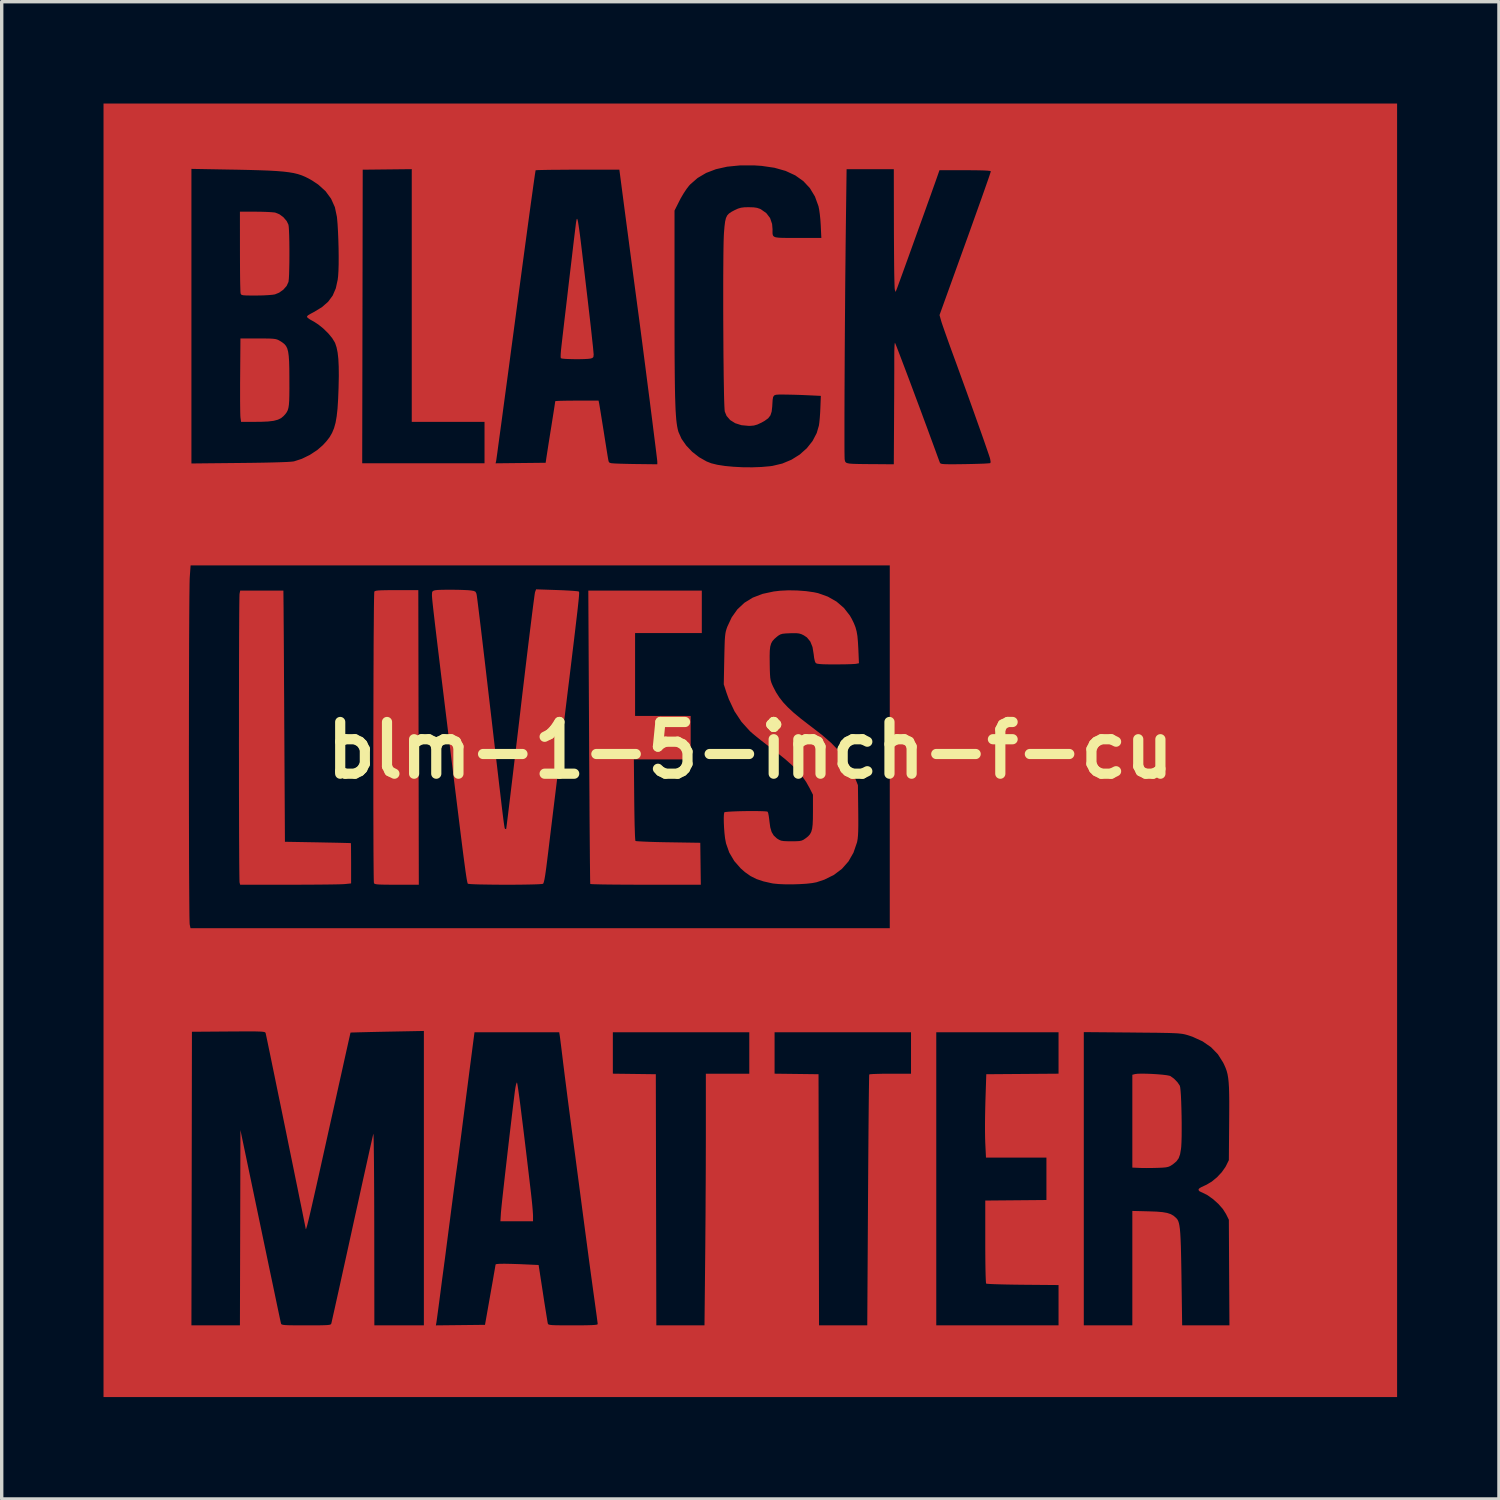
<source format=kicad_pcb>
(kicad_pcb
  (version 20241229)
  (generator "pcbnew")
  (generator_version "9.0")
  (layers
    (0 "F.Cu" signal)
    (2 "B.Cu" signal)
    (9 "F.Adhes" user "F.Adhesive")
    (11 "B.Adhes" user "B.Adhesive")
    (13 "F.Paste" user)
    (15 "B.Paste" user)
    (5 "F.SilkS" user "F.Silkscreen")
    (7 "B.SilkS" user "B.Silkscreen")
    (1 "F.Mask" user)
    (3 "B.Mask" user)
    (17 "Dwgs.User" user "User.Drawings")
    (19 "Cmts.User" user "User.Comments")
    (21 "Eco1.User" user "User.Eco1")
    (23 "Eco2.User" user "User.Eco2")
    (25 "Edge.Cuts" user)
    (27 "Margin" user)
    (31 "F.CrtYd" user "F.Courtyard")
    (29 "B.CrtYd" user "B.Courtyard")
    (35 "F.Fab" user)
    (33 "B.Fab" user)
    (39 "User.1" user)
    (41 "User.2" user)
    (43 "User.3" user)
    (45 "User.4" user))
  (footprint "blm-1-5-inch-f-cu"
    (layer "F.Cu")
    (at 19.057 19.057)
    (property "Reference" "blm-1-5-inch-f-cu" (at 0 0 0) (layer "F.SilkS") (effects (font (size 1.524 1.524) (thickness 0.3))))
    (attr through_hole)
    (fp_poly (pts (xy -6.866 9.82) (xy -6.852 9.903) (xy -6.832 10.038) (xy -6.806 10.226) (xy -6.774 10.468) (xy -6.737 10.765) (xy -6.693 11.117) (xy -6.643 11.525) (xy -6.587 11.99) (xy -6.525 12.513) (xy -6.463 13.038) (xy -6.443 13.22) (xy -6.425 13.394) (xy -6.412 13.546) (xy -6.404 13.663) (xy -6.402 13.715) (xy -6.402 13.876) (xy -7.363 13.876) (xy -7.347 13.616) (xy -7.34 13.543) (xy -7.328 13.419) (xy -7.31 13.248) (xy -7.287 13.039) (xy -7.26 12.797) (xy -7.23 12.53) (xy -7.197 12.244) (xy -7.163 11.946) (xy -7.128 11.643) (xy -7.093 11.341) (xy -7.058 11.047) (xy -7.025 10.768) (xy -6.994 10.51) (xy -6.966 10.281) (xy -6.942 10.087) (xy -6.936 10.041) (xy -6.918 9.923) (xy -6.899 9.836) (xy -6.882 9.791) (xy -6.875 9.789)) (stroke (width 0) (type solid)) (fill yes) (layer "F.Cu"))
    (fp_poly (pts (xy 11.674 9.529) (xy 11.835 9.535) (xy 11.997 9.545) (xy 12.146 9.558) (xy 12.27 9.573) (xy 12.354 9.59) (xy 12.377 9.598) (xy 12.483 9.674) (xy 12.586 9.78) (xy 12.655 9.882) (xy 12.667 9.935) (xy 12.678 10.038) (xy 12.688 10.182) (xy 12.696 10.357) (xy 12.702 10.554) (xy 12.707 10.765) (xy 12.71 10.978) (xy 12.71 11.186) (xy 12.709 11.378) (xy 12.704 11.545) (xy 12.697 11.679) (xy 12.69 11.744) (xy 12.663 11.903) (xy 12.621 12.02) (xy 12.555 12.111) (xy 12.457 12.194) (xy 12.429 12.213) (xy 12.372 12.249) (xy 12.314 12.273) (xy 12.242 12.288) (xy 12.141 12.297) (xy 11.995 12.303) (xy 11.985 12.303) (xy 11.825 12.307) (xy 11.662 12.308) (xy 11.52 12.306) (xy 11.457 12.304) (xy 11.256 12.295) (xy 11.256 9.56) (xy 11.335 9.54) (xy 11.41 9.53) (xy 11.528 9.527)) (stroke (width 0) (type solid)) (fill yes) (layer "F.Cu"))
    (fp_poly (pts (xy -14.312 -12.134) (xy -14.172 -12.132) (xy -14.071 -12.127) (xy -13.998 -12.118) (xy -13.945 -12.105) (xy -13.899 -12.085) (xy -13.862 -12.064) (xy -13.786 -12.016) (xy -13.725 -11.967) (xy -13.678 -11.91) (xy -13.642 -11.837) (xy -13.617 -11.743) (xy -13.6 -11.619) (xy -13.589 -11.459) (xy -13.583 -11.256) (xy -13.581 -11.002) (xy -13.581 -10.904) (xy -13.58 -10.653) (xy -13.582 -10.454) (xy -13.586 -10.298) (xy -13.595 -10.179) (xy -13.609 -10.088) (xy -13.63 -10.018) (xy -13.659 -9.961) (xy -13.697 -9.909) (xy -13.746 -9.855) (xy -13.752 -9.848) (xy -13.825 -9.787) (xy -13.92 -9.741) (xy -14.045 -9.708) (xy -14.208 -9.688) (xy -14.417 -9.679) (xy -14.565 -9.678) (xy -15.004 -9.678) (xy -15.022 -9.804) (xy -15.026 -9.863) (xy -15.029 -9.973) (xy -15.031 -10.128) (xy -15.033 -10.319) (xy -15.033 -10.54) (xy -15.033 -10.782) (xy -15.031 -11.032) (xy -15.023 -12.134) (xy -14.502 -12.134)) (stroke (width 0) (type solid)) (fill yes) (layer "F.Cu"))
    (fp_poly (pts (xy -14.583 -15.87) (xy -14.413 -15.868) (xy -14.254 -15.863) (xy -14.119 -15.856) (xy -14.024 -15.847) (xy -14 -15.844) (xy -13.875 -15.794) (xy -13.755 -15.705) (xy -13.659 -15.592) (xy -13.608 -15.485) (xy -13.599 -15.422) (xy -13.592 -15.31) (xy -13.586 -15.159) (xy -13.582 -14.979) (xy -13.58 -14.783) (xy -13.58 -14.578) (xy -13.581 -14.378) (xy -13.585 -14.19) (xy -13.589 -14.027) (xy -13.596 -13.898) (xy -13.605 -13.815) (xy -13.607 -13.802) (xy -13.661 -13.683) (xy -13.759 -13.572) (xy -13.884 -13.483) (xy -14.008 -13.433) (xy -14.087 -13.421) (xy -14.21 -13.411) (xy -14.361 -13.403) (xy -14.527 -13.4) (xy -14.571 -13.4) (xy -14.739 -13.4) (xy -14.857 -13.402) (xy -14.934 -13.407) (xy -14.979 -13.416) (xy -15.004 -13.432) (xy -15.015 -13.454) (xy -15.019 -13.467) (xy -15.023 -13.511) (xy -15.026 -13.607) (xy -15.03 -13.75) (xy -15.033 -13.931) (xy -15.035 -14.145) (xy -15.036 -14.384) (xy -15.037 -14.641) (xy -15.037 -14.703) (xy -15.038 -15.871)) (stroke (width 0) (type solid)) (fill yes) (layer "F.Cu"))
    (fp_poly (pts (xy -9.767 3.96) (xy -10.419 3.96) (xy -10.635 3.96) (xy -10.799 3.958) (xy -10.918 3.955) (xy -10.999 3.949) (xy -11.05 3.94) (xy -11.077 3.928) (xy -11.089 3.913) (xy -11.092 3.876) (xy -11.095 3.783) (xy -11.097 3.64) (xy -11.099 3.449) (xy -11.101 3.215) (xy -11.103 2.943) (xy -11.104 2.635) (xy -11.105 2.297) (xy -11.106 1.932) (xy -11.107 1.545) (xy -11.107 1.139) (xy -11.107 0.718) (xy -11.107 0.288) (xy -11.107 -0.149) (xy -11.106 -0.588) (xy -11.105 -1.026) (xy -11.104 -1.457) (xy -11.103 -1.878) (xy -11.102 -2.285) (xy -11.1 -2.673) (xy -11.099 -3.039) (xy -11.097 -3.379) (xy -11.094 -3.688) (xy -11.092 -3.963) (xy -11.09 -4.199) (xy -11.087 -4.392) (xy -11.084 -4.538) (xy -11.081 -4.634) (xy -11.078 -4.674) (xy -11.078 -4.675) (xy -11.06 -4.69) (xy -11.023 -4.702) (xy -10.959 -4.71) (xy -10.862 -4.715) (xy -10.724 -4.718) (xy -10.538 -4.72) (xy -10.416 -4.72) (xy -9.782 -4.72)) (stroke (width 0) (type solid)) (fill yes) (layer "F.Cu"))
    (fp_poly (pts (xy -1.429 -3.454) (xy -3.395 -3.454) (xy -3.395 -1.012) (xy -1.757 -1.012) (xy -1.757 0.268) (xy -3.431 0.268) (xy -3.42 1.457) (xy -3.417 1.717) (xy -3.413 1.96) (xy -3.409 2.177) (xy -3.403 2.362) (xy -3.398 2.51) (xy -3.392 2.613) (xy -3.386 2.665) (xy -3.385 2.67) (xy -3.35 2.677) (xy -3.263 2.683) (xy -3.131 2.69) (xy -2.961 2.697) (xy -2.762 2.703) (xy -2.539 2.708) (xy -2.417 2.71) (xy -1.474 2.725) (xy -1.466 3.342) (xy -1.458 3.96) (xy -3.08 3.96) (xy -3.385 3.96) (xy -3.671 3.959) (xy -3.935 3.957) (xy -4.169 3.955) (xy -4.368 3.952) (xy -4.527 3.948) (xy -4.641 3.945) (xy -4.704 3.94) (xy -4.715 3.938) (xy -4.717 3.906) (xy -4.719 3.818) (xy -4.721 3.677) (xy -4.723 3.487) (xy -4.726 3.25) (xy -4.728 2.97) (xy -4.731 2.651) (xy -4.734 2.296) (xy -4.737 1.908) (xy -4.739 1.49) (xy -4.742 1.046) (xy -4.745 0.579) (xy -4.748 0.093) (xy -4.75 -0.395) (xy -4.773 -4.705) (xy -1.429 -4.705)) (stroke (width 0) (type solid)) (fill yes) (layer "F.Cu"))
    (fp_poly (pts (xy -5.095 -15.645) (xy -5.084 -15.608) (xy -5.072 -15.544) (xy -5.057 -15.451) (xy -5.039 -15.326) (xy -5.017 -15.165) (xy -4.992 -14.965) (xy -4.963 -14.724) (xy -4.929 -14.438) (xy -4.889 -14.104) (xy -4.844 -13.718) (xy -4.792 -13.278) (xy -4.764 -13.034) (xy -4.732 -12.761) (xy -4.703 -12.504) (xy -4.677 -12.269) (xy -4.655 -12.062) (xy -4.636 -11.891) (xy -4.624 -11.762) (xy -4.617 -11.682) (xy -4.615 -11.66) (xy -4.623 -11.59) (xy -4.657 -11.557) (xy -4.709 -11.542) (xy -4.786 -11.533) (xy -4.898 -11.527) (xy -5.033 -11.524) (xy -5.176 -11.524) (xy -5.315 -11.527) (xy -5.437 -11.532) (xy -5.53 -11.54) (xy -5.579 -11.551) (xy -5.583 -11.554) (xy -5.588 -11.595) (xy -5.586 -11.68) (xy -5.577 -11.795) (xy -5.57 -11.859) (xy -5.539 -12.132) (xy -5.505 -12.425) (xy -5.469 -12.734) (xy -5.431 -13.053) (xy -5.393 -13.376) (xy -5.356 -13.696) (xy -5.319 -14.01) (xy -5.283 -14.31) (xy -5.25 -14.59) (xy -5.22 -14.846) (xy -5.193 -15.072) (xy -5.17 -15.261) (xy -5.152 -15.408) (xy -5.14 -15.508) (xy -5.134 -15.553) (xy -5.126 -15.598) (xy -5.119 -15.634) (xy -5.112 -15.655) (xy -5.104 -15.66)) (stroke (width 0) (type solid)) (fill yes) (layer "F.Cu"))
    (fp_poly (pts (xy -13.753 -4.31) (xy -13.752 -4.227) (xy -13.751 -4.089) (xy -13.75 -3.9) (xy -13.748 -3.665) (xy -13.746 -3.388) (xy -13.744 -3.074) (xy -13.742 -2.726) (xy -13.74 -2.35) (xy -13.738 -1.949) (xy -13.735 -1.529) (xy -13.733 -1.093) (xy -13.731 -0.646) (xy -13.73 -0.61) (xy -13.712 2.695) (xy -12.745 2.712) (xy -12.511 2.717) (xy -12.297 2.721) (xy -12.11 2.725) (xy -11.957 2.729) (xy -11.845 2.732) (xy -11.782 2.734) (xy -11.769 2.735) (xy -11.767 2.764) (xy -11.765 2.845) (xy -11.764 2.967) (xy -11.763 3.121) (xy -11.762 3.298) (xy -11.762 3.331) (xy -11.762 3.922) (xy -11.945 3.941) (xy -12.011 3.945) (xy -12.131 3.949) (xy -12.296 3.952) (xy -12.501 3.955) (xy -12.738 3.957) (xy -13.002 3.959) (xy -13.285 3.96) (xy -13.579 3.96) (xy -15.031 3.96) (xy -15.049 3.893) (xy -15.051 3.855) (xy -15.053 3.761) (xy -15.055 3.616) (xy -15.057 3.424) (xy -15.059 3.189) (xy -15.06 2.914) (xy -15.062 2.606) (xy -15.063 2.266) (xy -15.064 1.9) (xy -15.065 1.512) (xy -15.066 1.105) (xy -15.066 0.685) (xy -15.066 0.254) (xy -15.067 -0.182) (xy -15.066 -0.62) (xy -15.066 -1.056) (xy -15.066 -1.485) (xy -15.065 -1.903) (xy -15.065 -2.307) (xy -15.064 -2.691) (xy -15.063 -3.052) (xy -15.062 -3.386) (xy -15.06 -3.689) (xy -15.059 -3.956) (xy -15.057 -4.183) (xy -15.055 -4.367) (xy -15.053 -4.502) (xy -15.051 -4.586) (xy -15.049 -4.612) (xy -15.03 -4.705) (xy -13.757 -4.705)) (stroke (width 0) (type solid)) (fill yes) (layer "F.Cu"))
    (fp_poly (pts (xy -5.694 -4.722) (xy -5.508 -4.715) (xy -5.342 -4.706) (xy -5.206 -4.697) (xy -5.108 -4.688) (xy -5.058 -4.68) (xy -5.054 -4.678) (xy -5.05 -4.673) (xy -5.046 -4.665) (xy -5.044 -4.651) (xy -5.043 -4.629) (xy -5.045 -4.594) (xy -5.048 -4.544) (xy -5.054 -4.476) (xy -5.063 -4.387) (xy -5.075 -4.274) (xy -5.09 -4.134) (xy -5.11 -3.965) (xy -5.134 -3.762) (xy -5.162 -3.523) (xy -5.195 -3.246) (xy -5.234 -2.926) (xy -5.278 -2.561) (xy -5.328 -2.149) (xy -5.385 -1.685) (xy -5.448 -1.168) (xy -5.497 -0.759) (xy -5.552 -0.306) (xy -5.607 0.141) (xy -5.66 0.578) (xy -5.711 0.998) (xy -5.76 1.399) (xy -5.806 1.774) (xy -5.848 2.12) (xy -5.886 2.43) (xy -5.919 2.701) (xy -5.946 2.927) (xy -5.968 3.104) (xy -5.983 3.226) (xy -5.983 3.226) (xy -6.014 3.472) (xy -6.041 3.662) (xy -6.064 3.799) (xy -6.085 3.887) (xy -6.103 3.93) (xy -6.107 3.933) (xy -6.148 3.94) (xy -6.238 3.946) (xy -6.372 3.951) (xy -6.539 3.955) (xy -6.732 3.958) (xy -6.944 3.96) (xy -7.165 3.96) (xy -7.388 3.96) (xy -7.605 3.958) (xy -7.807 3.955) (xy -7.987 3.952) (xy -8.137 3.947) (xy -8.247 3.941) (xy -8.311 3.934) (xy -8.323 3.93) (xy -8.33 3.913) (xy -8.338 3.883) (xy -8.348 3.836) (xy -8.36 3.768) (xy -8.374 3.677) (xy -8.391 3.561) (xy -8.411 3.414) (xy -8.435 3.236) (xy -8.463 3.022) (xy -8.495 2.769) (xy -8.532 2.475) (xy -8.574 2.137) (xy -8.622 1.75) (xy -8.676 1.313) (xy -8.737 0.822) (xy -8.785 0.432) (xy -8.863 -0.207) (xy -8.934 -0.788) (xy -8.999 -1.316) (xy -9.057 -1.793) (xy -9.11 -2.221) (xy -9.156 -2.603) (xy -9.197 -2.942) (xy -9.233 -3.24) (xy -9.264 -3.5) (xy -9.291 -3.725) (xy -9.313 -3.916) (xy -9.332 -4.078) (xy -9.347 -4.212) (xy -9.359 -4.321) (xy -9.368 -4.407) (xy -9.374 -4.474) (xy -9.378 -4.524) (xy -9.38 -4.559) (xy -9.38 -4.575) (xy -9.376 -4.654) (xy -9.355 -4.693) (xy -9.304 -4.712) (xy -9.287 -4.716) (xy -9.214 -4.724) (xy -9.096 -4.729) (xy -8.947 -4.731) (xy -8.781 -4.731) (xy -8.611 -4.729) (xy -8.453 -4.724) (xy -8.321 -4.718) (xy -8.234 -4.71) (xy -8.146 -4.695) (xy -8.098 -4.672) (xy -8.074 -4.628) (xy -8.063 -4.586) (xy -8.056 -4.54) (xy -8.043 -4.441) (xy -8.024 -4.291) (xy -8 -4.096) (xy -7.971 -3.86) (xy -7.938 -3.589) (xy -7.902 -3.286) (xy -7.863 -2.956) (xy -7.821 -2.604) (xy -7.778 -2.234) (xy -7.757 -2.055) (xy -7.688 -1.463) (xy -7.625 -0.927) (xy -7.569 -0.445) (xy -7.519 -0.014) (xy -7.474 0.369) (xy -7.434 0.708) (xy -7.4 1.004) (xy -7.369 1.261) (xy -7.343 1.482) (xy -7.321 1.669) (xy -7.302 1.825) (xy -7.286 1.953) (xy -7.273 2.056) (xy -7.262 2.137) (xy -7.253 2.198) (xy -7.246 2.242) (xy -7.241 2.273) (xy -7.236 2.293) (xy -7.232 2.304) (xy -7.228 2.31) (xy -7.225 2.314) (xy -7.223 2.316) (xy -7.195 2.321) (xy -7.194 2.32) (xy -7.189 2.29) (xy -7.177 2.203) (xy -7.16 2.066) (xy -7.137 1.88) (xy -7.109 1.649) (xy -7.076 1.378) (xy -7.039 1.07) (xy -6.998 0.729) (xy -6.954 0.358) (xy -6.907 -0.039) (xy -6.857 -0.459) (xy -6.805 -0.897) (xy -6.777 -1.136) (xy -6.725 -1.584) (xy -6.673 -2.016) (xy -6.624 -2.429) (xy -6.577 -2.819) (xy -6.533 -3.182) (xy -6.492 -3.514) (xy -6.455 -3.812) (xy -6.423 -4.071) (xy -6.395 -4.288) (xy -6.372 -4.459) (xy -6.356 -4.581) (xy -6.345 -4.649) (xy -6.342 -4.662) (xy -6.311 -4.743)) (stroke (width 0) (type solid)) (fill yes) (layer "F.Cu"))
    (fp_poly (pts (xy 1.385 -4.709) (xy 1.641 -4.69) (xy 1.873 -4.657) (xy 1.998 -4.63) (xy 2.284 -4.528) (xy 2.54 -4.382) (xy 2.758 -4.195) (xy 2.932 -3.972) (xy 2.987 -3.877) (xy 3.051 -3.747) (xy 3.099 -3.627) (xy 3.132 -3.505) (xy 3.156 -3.366) (xy 3.171 -3.194) (xy 3.183 -2.987) (xy 3.201 -2.565) (xy 3.115 -2.548) (xy 3.058 -2.543) (xy 2.953 -2.538) (xy 2.812 -2.534) (xy 2.645 -2.532) (xy 2.5 -2.531) (xy 2.299 -2.532) (xy 2.15 -2.535) (xy 2.046 -2.542) (xy 1.977 -2.551) (xy 1.938 -2.565) (xy 1.927 -2.573) (xy 1.902 -2.625) (xy 1.881 -2.72) (xy 1.867 -2.832) (xy 1.833 -3.042) (xy 1.768 -3.204) (xy 1.669 -3.325) (xy 1.577 -3.387) (xy 1.505 -3.422) (xy 1.437 -3.442) (xy 1.353 -3.451) (xy 1.237 -3.451) (xy 1.171 -3.449) (xy 1.039 -3.443) (xy 0.949 -3.433) (xy 0.886 -3.414) (xy 0.832 -3.383) (xy 0.787 -3.349) (xy 0.71 -3.282) (xy 0.652 -3.217) (xy 0.613 -3.145) (xy 0.587 -3.054) (xy 0.574 -2.935) (xy 0.57 -2.778) (xy 0.572 -2.572) (xy 0.572 -2.561) (xy 0.575 -2.378) (xy 0.58 -2.243) (xy 0.587 -2.144) (xy 0.599 -2.067) (xy 0.618 -2.002) (xy 0.644 -1.937) (xy 0.676 -1.868) (xy 0.759 -1.708) (xy 0.855 -1.559) (xy 0.968 -1.414) (xy 1.106 -1.267) (xy 1.274 -1.111) (xy 1.48 -0.94) (xy 1.728 -0.748) (xy 1.831 -0.67) (xy 2.13 -0.438) (xy 2.381 -0.219) (xy 2.589 -0.005) (xy 2.762 0.21) (xy 2.906 0.435) (xy 3.028 0.678) (xy 3.075 0.789) (xy 3.171 1.027) (xy 3.18 1.78) (xy 3.182 2.03) (xy 3.182 2.229) (xy 3.179 2.385) (xy 3.173 2.506) (xy 3.164 2.602) (xy 3.151 2.68) (xy 3.142 2.718) (xy 3.04 3.015) (xy 2.893 3.273) (xy 2.7 3.492) (xy 2.464 3.671) (xy 2.182 3.811) (xy 1.95 3.888) (xy 1.824 3.912) (xy 1.653 3.931) (xy 1.454 3.943) (xy 1.242 3.95) (xy 1.032 3.949) (xy 0.841 3.941) (xy 0.684 3.926) (xy 0.636 3.918) (xy 0.388 3.862) (xy 0.184 3.794) (xy 0.007 3.705) (xy -0.158 3.589) (xy -0.282 3.48) (xy -0.473 3.262) (xy -0.62 3.013) (xy -0.715 2.743) (xy -0.744 2.591) (xy -0.761 2.442) (xy -0.773 2.286) (xy -0.78 2.135) (xy -0.782 2.001) (xy -0.778 1.898) (xy -0.769 1.836) (xy -0.764 1.826) (xy -0.726 1.817) (xy -0.64 1.809) (xy -0.516 1.802) (xy -0.365 1.796) (xy -0.199 1.792) (xy -0.028 1.79) (xy 0.136 1.79) (xy 0.283 1.792) (xy 0.402 1.796) (xy 0.482 1.802) (xy 0.511 1.81) (xy 0.527 1.851) (xy 0.544 1.936) (xy 0.559 2.049) (xy 0.563 2.088) (xy 0.588 2.27) (xy 0.628 2.407) (xy 0.689 2.509) (xy 0.777 2.591) (xy 0.796 2.605) (xy 0.853 2.639) (xy 0.909 2.662) (xy 0.981 2.674) (xy 1.083 2.679) (xy 1.208 2.68) (xy 1.348 2.679) (xy 1.443 2.674) (xy 1.509 2.661) (xy 1.563 2.638) (xy 1.619 2.6) (xy 1.628 2.594) (xy 1.702 2.536) (xy 1.757 2.475) (xy 1.796 2.402) (xy 1.822 2.309) (xy 1.837 2.184) (xy 1.844 2.019) (xy 1.846 1.805) (xy 1.846 1.309) (xy 1.744 1.108) (xy 1.645 0.932) (xy 1.528 0.764) (xy 1.388 0.599) (xy 1.218 0.429) (xy 1.012 0.248) (xy 0.762 0.05) (xy 0.625 -0.054) (xy 0.467 -0.175) (xy 0.312 -0.296) (xy 0.171 -0.409) (xy 0.058 -0.503) (xy -0.011 -0.564) (xy -0.259 -0.838) (xy -0.466 -1.151) (xy -0.633 -1.506) (xy -0.702 -1.697) (xy -0.782 -1.945) (xy -0.767 -2.692) (xy -0.762 -2.925) (xy -0.757 -3.107) (xy -0.752 -3.247) (xy -0.744 -3.355) (xy -0.734 -3.438) (xy -0.721 -3.506) (xy -0.703 -3.568) (xy -0.681 -3.632) (xy -0.679 -3.638) (xy -0.548 -3.918) (xy -0.381 -4.153) (xy -0.175 -4.346) (xy 0.071 -4.498) (xy 0.36 -4.609) (xy 0.692 -4.68) (xy 0.88 -4.702) (xy 1.124 -4.714)) (stroke (width 0) (type solid)) (fill yes) (layer "F.Cu"))
    (fp_poly (pts (xy 19.057 19.057) (xy -19.057 19.057) (xy -19.057 16.944) (xy -9.264 16.944) (xy -8.54 16.936) (xy -7.817 16.928) (xy -7.662 16.05) (xy -7.623 15.828) (xy -7.587 15.626) (xy -7.557 15.45) (xy -7.532 15.308) (xy -7.515 15.207) (xy -7.506 15.155) (xy -7.505 15.149) (xy -7.475 15.137) (xy -7.386 15.13) (xy -7.241 15.128) (xy -7.041 15.132) (xy -6.786 15.14) (xy -6.655 15.146) (xy -6.237 15.165) (xy -6.108 16.002) (xy -6.075 16.221) (xy -6.043 16.421) (xy -6.015 16.596) (xy -5.992 16.738) (xy -5.976 16.838) (xy -5.966 16.888) (xy -5.966 16.891) (xy -5.957 16.907) (xy -5.937 16.92) (xy -5.898 16.929) (xy -5.833 16.936) (xy -5.736 16.94) (xy -5.598 16.942) (xy -5.414 16.943) (xy -5.224 16.943) (xy -4.987 16.943) (xy -4.804 16.94) (xy -4.669 16.936) (xy -4.577 16.93) (xy -4.522 16.922) (xy -4.498 16.911) (xy -4.496 16.906) (xy -4.5 16.867) (xy -4.512 16.777) (xy -4.529 16.646) (xy -4.552 16.481) (xy -4.578 16.29) (xy -4.601 16.124) (xy -4.627 15.937) (xy -4.659 15.702) (xy -4.697 15.427) (xy -4.738 15.124) (xy -4.781 14.802) (xy -4.825 14.471) (xy -4.869 14.142) (xy -4.9 13.906) (xy -4.947 13.552) (xy -4.998 13.164) (xy -5.052 12.755) (xy -5.107 12.34) (xy -5.16 11.935) (xy -5.211 11.554) (xy -5.256 11.213) (xy -5.27 11.107) (xy -5.31 10.803) (xy -5.351 10.492) (xy -5.391 10.184) (xy -5.428 9.891) (xy -5.463 9.621) (xy -5.492 9.386) (xy -5.516 9.196) (xy -5.522 9.142) (xy -5.546 8.947) (xy -5.568 8.767) (xy -5.588 8.611) (xy -5.603 8.491) (xy -5.613 8.417) (xy -5.615 8.405) (xy -5.631 8.308) (xy -4.05 8.308) (xy -4.05 9.528) (xy -3.417 9.536) (xy -2.784 9.544) (xy -2.769 16.943) (xy -1.35 16.943) (xy -1.33 15) (xy -1.326 14.595) (xy -1.323 14.151) (xy -1.319 13.683) (xy -1.317 13.203) (xy -1.314 12.724) (xy -1.312 12.261) (xy -1.311 11.825) (xy -1.31 11.431) (xy -1.31 11.293) (xy -1.31 9.529) (xy -0.03 9.529) (xy -0.03 8.308) (xy 0.715 8.308) (xy 0.715 9.528) (xy 1.362 9.536) (xy 2.01 9.544) (xy 2.018 13.243) (xy 2.025 16.943) (xy 3.446 16.943) (xy 3.468 13.258) (xy 3.471 12.795) (xy 3.474 12.347) (xy 3.477 11.92) (xy 3.48 11.517) (xy 3.483 11.141) (xy 3.486 10.796) (xy 3.489 10.486) (xy 3.492 10.213) (xy 3.495 9.983) (xy 3.498 9.798) (xy 3.5 9.662) (xy 3.502 9.578) (xy 3.504 9.551) (xy 3.536 9.544) (xy 3.619 9.538) (xy 3.744 9.534) (xy 3.9 9.53) (xy 4.08 9.529) (xy 4.126 9.529) (xy 4.735 9.529) (xy 4.735 8.308) (xy 5.479 8.308) (xy 5.479 16.943) (xy 9.082 16.943) (xy 9.826 16.943) (xy 11.256 16.943) (xy 11.256 13.572) (xy 11.74 13.584) (xy 11.967 13.592) (xy 12.144 13.607) (xy 12.281 13.631) (xy 12.388 13.666) (xy 12.473 13.715) (xy 12.547 13.78) (xy 12.56 13.794) (xy 12.587 13.828) (xy 12.609 13.872) (xy 12.628 13.93) (xy 12.644 14.008) (xy 12.658 14.11) (xy 12.669 14.242) (xy 12.678 14.407) (xy 12.686 14.611) (xy 12.692 14.859) (xy 12.698 15.156) (xy 12.704 15.506) (xy 12.705 15.596) (xy 12.724 16.943) (xy 14.117 16.943) (xy 14.108 15.387) (xy 14.1 13.832) (xy 14.016 13.662) (xy 13.923 13.515) (xy 13.79 13.364) (xy 13.634 13.224) (xy 13.471 13.108) (xy 13.316 13.03) (xy 13.296 13.022) (xy 13.233 12.991) (xy 13.206 12.955) (xy 13.206 12.954) (xy 13.212 12.928) (xy 13.235 12.903) (xy 13.287 12.872) (xy 13.378 12.829) (xy 13.441 12.8) (xy 13.594 12.709) (xy 13.75 12.581) (xy 13.89 12.432) (xy 13.997 12.28) (xy 14.017 12.244) (xy 14.1 12.075) (xy 14.109 10.961) (xy 14.111 10.633) (xy 14.112 10.357) (xy 14.109 10.128) (xy 14.104 9.939) (xy 14.094 9.782) (xy 14.08 9.653) (xy 14.061 9.543) (xy 14.036 9.447) (xy 14.004 9.358) (xy 13.965 9.269) (xy 13.932 9.201) (xy 13.777 8.956) (xy 13.574 8.747) (xy 13.325 8.575) (xy 13.03 8.44) (xy 12.893 8.394) (xy 12.84 8.379) (xy 12.787 8.366) (xy 12.73 8.355) (xy 12.662 8.347) (xy 12.578 8.339) (xy 12.472 8.334) (xy 12.338 8.329) (xy 12.17 8.326) (xy 11.963 8.322) (xy 11.71 8.32) (xy 11.407 8.317) (xy 11.248 8.315) (xy 9.826 8.303) (xy 9.826 16.943) (xy 9.082 16.943) (xy 9.082 15.756) (xy 8.027 15.747) (xy 7.782 15.744) (xy 7.556 15.74) (xy 7.355 15.735) (xy 7.187 15.73) (xy 7.059 15.724) (xy 6.976 15.718) (xy 6.948 15.712) (xy 6.943 15.678) (xy 6.938 15.591) (xy 6.933 15.457) (xy 6.929 15.282) (xy 6.926 15.074) (xy 6.924 14.839) (xy 6.923 14.582) (xy 6.923 14.477) (xy 6.923 13.266) (xy 8.725 13.25) (xy 8.725 12) (xy 6.944 12) (xy 6.923 11.571) (xy 6.918 11.418) (xy 6.915 11.22) (xy 6.915 10.991) (xy 6.918 10.745) (xy 6.923 10.498) (xy 6.927 10.342) (xy 6.953 9.544) (xy 8.018 9.536) (xy 9.082 9.528) (xy 9.082 8.308) (xy 5.479 8.308) (xy 4.735 8.308) (xy 0.715 8.308) (xy -0.03 8.308) (xy -4.05 8.308) (xy -5.631 8.308) (xy -8.126 8.308) (xy -8.143 8.434) (xy -8.15 8.488) (xy -8.164 8.594) (xy -8.184 8.747) (xy -8.209 8.942) (xy -8.239 9.172) (xy -8.273 9.431) (xy -8.309 9.714) (xy -8.348 10.015) (xy -8.368 10.169) (xy -8.419 10.563) (xy -8.463 10.904) (xy -8.5 11.195) (xy -8.532 11.442) (xy -8.559 11.65) (xy -8.582 11.824) (xy -8.601 11.969) (xy -8.617 12.09) (xy -8.631 12.192) (xy -8.643 12.28) (xy -8.654 12.358) (xy -8.665 12.433) (xy -8.667 12.447) (xy -8.677 12.52) (xy -8.694 12.644) (xy -8.716 12.812) (xy -8.743 13.016) (xy -8.773 13.246) (xy -8.806 13.497) (xy -8.84 13.76) (xy -8.843 13.787) (xy -8.878 14.052) (xy -8.911 14.307) (xy -8.942 14.544) (xy -8.969 14.755) (xy -8.992 14.933) (xy -9.01 15.068) (xy -9.022 15.152) (xy -9.022 15.157) (xy -9.035 15.253) (xy -9.054 15.395) (xy -9.078 15.573) (xy -9.104 15.773) (xy -9.131 15.983) (xy -9.142 16.065) (xy -9.168 16.266) (xy -9.193 16.452) (xy -9.215 16.614) (xy -9.232 16.742) (xy -9.244 16.825) (xy -9.247 16.847) (xy -9.264 16.944) (xy -19.057 16.944) (xy -19.057 16.943) (xy -16.467 16.943) (xy -15.038 16.943) (xy -15.03 14.066) (xy -15.023 11.189) (xy -14.432 14.014) (xy -14.348 14.416) (xy -14.267 14.801) (xy -14.191 15.167) (xy -14.119 15.509) (xy -14.053 15.822) (xy -13.994 16.103) (xy -13.943 16.348) (xy -13.9 16.552) (xy -13.866 16.712) (xy -13.842 16.824) (xy -13.829 16.883) (xy -13.827 16.891) (xy -13.819 16.907) (xy -13.798 16.92) (xy -13.759 16.929) (xy -13.694 16.936) (xy -13.596 16.94) (xy -13.459 16.942) (xy -13.274 16.943) (xy -13.087 16.943) (xy -12.86 16.943) (xy -12.685 16.942) (xy -12.556 16.939) (xy -12.465 16.935) (xy -12.405 16.928) (xy -12.37 16.918) (xy -12.352 16.904) (xy -12.346 16.891) (xy -12.337 16.855) (xy -12.317 16.765) (xy -12.286 16.625) (xy -12.244 16.439) (xy -12.194 16.212) (xy -12.135 15.947) (xy -12.069 15.648) (xy -11.997 15.32) (xy -11.919 14.968) (xy -11.837 14.594) (xy -11.751 14.203) (xy -11.732 14.114) (xy -11.645 13.719) (xy -11.561 13.34) (xy -11.482 12.98) (xy -11.408 12.643) (xy -11.339 12.334) (xy -11.278 12.058) (xy -11.225 11.818) (xy -11.18 11.618) (xy -11.145 11.463) (xy -11.121 11.357) (xy -11.109 11.304) (xy -11.108 11.3) (xy -11.104 11.316) (xy -11.1 11.388) (xy -11.097 11.512) (xy -11.094 11.686) (xy -11.091 11.905) (xy -11.088 12.167) (xy -11.086 12.468) (xy -11.084 12.804) (xy -11.082 13.173) (xy -11.081 13.57) (xy -11.08 13.992) (xy -11.08 14.077) (xy -11.077 16.943) (xy -9.618 16.943) (xy -9.618 8.269) (xy -10.697 8.29) (xy -10.944 8.295) (xy -11.171 8.3) (xy -11.372 8.305) (xy -11.54 8.309) (xy -11.668 8.313) (xy -11.75 8.315) (xy -11.779 8.317) (xy -11.786 8.346) (xy -11.805 8.43) (xy -11.835 8.563) (xy -11.875 8.743) (xy -11.925 8.966) (xy -11.983 9.227) (xy -12.048 9.522) (xy -12.121 9.847) (xy -12.199 10.2) (xy -12.282 10.575) (xy -12.37 10.968) (xy -12.414 11.166) (xy -12.524 11.662) (xy -12.622 12.102) (xy -12.708 12.49) (xy -12.784 12.828) (xy -12.85 13.119) (xy -12.906 13.366) (xy -12.953 13.572) (xy -12.993 13.741) (xy -13.025 13.873) (xy -13.05 13.974) (xy -13.07 14.044) (xy -13.084 14.088) (xy -13.093 14.108) (xy -13.098 14.108) (xy -13.1 14.097) (xy -13.106 14.063) (xy -13.123 13.975) (xy -13.151 13.839) (xy -13.187 13.659) (xy -13.231 13.441) (xy -13.283 13.188) (xy -13.34 12.905) (xy -13.403 12.599) (xy -13.469 12.273) (xy -13.539 11.932) (xy -13.611 11.581) (xy -13.683 11.226) (xy -13.756 10.87) (xy -13.828 10.519) (xy -13.899 10.177) (xy -13.966 9.85) (xy -14.029 9.541) (xy -14.088 9.257) (xy -14.14 9.002) (xy -14.186 8.781) (xy -14.224 8.598) (xy -14.253 8.459) (xy -14.273 8.368) (xy -14.281 8.33) (xy -14.281 8.33) (xy -14.289 8.316) (xy -14.306 8.305) (xy -14.337 8.297) (xy -14.39 8.29) (xy -14.469 8.286) (xy -14.581 8.283) (xy -14.731 8.282) (xy -14.925 8.282) (xy -15.169 8.284) (xy -15.375 8.285) (xy -16.452 8.293) (xy -16.459 12.618) (xy -16.467 16.943) (xy -19.057 16.943) (xy -19.057 0.387) (xy -16.541 0.387) (xy -16.541 0.865) (xy -16.54 1.337) (xy -16.54 1.799) (xy -16.539 2.246) (xy -16.538 2.675) (xy -16.537 3.082) (xy -16.536 3.463) (xy -16.534 3.814) (xy -16.532 4.133) (xy -16.53 4.414) (xy -16.528 4.654) (xy -16.526 4.85) (xy -16.523 4.997) (xy -16.52 5.092) (xy -16.518 5.129) (xy -16.494 5.241) (xy 4.109 5.241) (xy 4.109 -5.449) (xy -16.491 -5.449) (xy -16.516 -5.099) (xy -16.519 -5.028) (xy -16.522 -4.903) (xy -16.524 -4.728) (xy -16.527 -4.506) (xy -16.529 -4.242) (xy -16.531 -3.939) (xy -16.533 -3.601) (xy -16.535 -3.232) (xy -16.536 -2.836) (xy -16.537 -2.416) (xy -16.538 -1.976) (xy -16.539 -1.52) (xy -16.54 -1.052) (xy -16.54 -0.576) (xy -16.541 -0.095) (xy -16.541 0.387) (xy -19.057 0.387) (xy -19.057 -8.451) (xy -16.467 -8.451) (xy -16.007 -8.456) (xy -7.505 -8.456) (xy -6.768 -8.464) (xy -6.03 -8.472) (xy -6.006 -8.635) (xy -5.994 -8.711) (xy -5.975 -8.835) (xy -5.95 -8.996) (xy -5.92 -9.186) (xy -5.887 -9.393) (xy -5.864 -9.534) (xy -5.832 -9.737) (xy -5.803 -9.919) (xy -5.779 -10.073) (xy -5.761 -10.191) (xy -5.75 -10.265) (xy -5.747 -10.286) (xy -5.719 -10.291) (xy -5.639 -10.296) (xy -5.518 -10.299) (xy -5.362 -10.302) (xy -5.182 -10.303) (xy -5.109 -10.303) (xy -4.471 -10.303) (xy -4.454 -10.221) (xy -4.445 -10.17) (xy -4.428 -10.069) (xy -4.405 -9.927) (xy -4.377 -9.753) (xy -4.345 -9.555) (xy -4.317 -9.38) (xy -4.284 -9.17) (xy -4.253 -8.976) (xy -4.226 -8.807) (xy -4.204 -8.671) (xy -4.188 -8.578) (xy -4.181 -8.54) (xy -4.169 -8.498) (xy -4.145 -8.473) (xy -4.096 -8.459) (xy -4.007 -8.452) (xy -3.951 -8.449) (xy -3.846 -8.445) (xy -3.697 -8.441) (xy -3.522 -8.437) (xy -3.335 -8.434) (xy -3.238 -8.433) (xy -2.74 -8.427) (xy -2.74 -8.497) (xy -2.743 -8.536) (xy -2.754 -8.629) (xy -2.771 -8.771) (xy -2.794 -8.956) (xy -2.822 -9.178) (xy -2.854 -9.432) (xy -2.889 -9.714) (xy -2.928 -10.016) (xy -2.968 -10.336) (xy -3.011 -10.666) (xy -3.054 -11.001) (xy -3.097 -11.336) (xy -3.14 -11.667) (xy -3.181 -11.986) (xy -3.221 -12.29) (xy -3.258 -12.573) (xy -3.292 -12.828) (xy -3.322 -13.052) (xy -3.323 -13.057) (xy -3.341 -13.194) (xy -3.366 -13.382) (xy -3.397 -13.614) (xy -3.433 -13.883) (xy -3.472 -14.179) (xy -3.514 -14.497) (xy -3.558 -14.828) (xy -3.602 -15.165) (xy -3.629 -15.365) (xy -3.7 -15.902) (xy -2.233 -15.902) (xy -2.233 -13.125) (xy -2.233 -12.59) (xy -2.232 -12.111) (xy -2.231 -11.685) (xy -2.228 -11.307) (xy -2.225 -10.976) (xy -2.221 -10.686) (xy -2.216 -10.435) (xy -2.209 -10.219) (xy -2.202 -10.035) (xy -2.192 -9.878) (xy -2.182 -9.747) (xy -2.169 -9.636) (xy -2.155 -9.543) (xy -2.139 -9.464) (xy -2.121 -9.396) (xy -2.117 -9.381) (xy -2.026 -9.177) (xy -1.887 -8.979) (xy -1.711 -8.794) (xy -1.507 -8.635) (xy -1.288 -8.511) (xy -1.151 -8.457) (xy -0.972 -8.413) (xy -0.749 -8.378) (xy -0.493 -8.354) (xy -0.219 -8.34) (xy 0.059 -8.338) (xy 0.33 -8.348) (xy 0.578 -8.37) (xy 0.653 -8.38) (xy 0.943 -8.449) (xy 1.213 -8.562) (xy 1.456 -8.714) (xy 1.665 -8.9) (xy 1.834 -9.113) (xy 1.957 -9.348) (xy 1.993 -9.473) (xy 2.774 -9.473) (xy 2.774 -9.206) (xy 2.774 -8.98) (xy 2.775 -8.798) (xy 2.777 -8.666) (xy 2.779 -8.587) (xy 2.781 -8.567) (xy 2.789 -8.528) (xy 2.8 -8.499) (xy 2.822 -8.476) (xy 2.862 -8.46) (xy 2.925 -8.448) (xy 3.02 -8.441) (xy 3.152 -8.437) (xy 3.329 -8.434) (xy 3.557 -8.432) (xy 3.61 -8.432) (xy 4.228 -8.427) (xy 4.236 -9.804) (xy 4.237 -10.103) (xy 4.239 -10.4) (xy 4.24 -10.684) (xy 4.241 -10.949) (xy 4.242 -11.185) (xy 4.242 -11.383) (xy 4.242 -11.536) (xy 4.242 -11.605) (xy 4.243 -11.754) (xy 4.247 -11.877) (xy 4.252 -11.964) (xy 4.259 -12.005) (xy 4.262 -12.007) (xy 4.277 -11.975) (xy 4.31 -11.893) (xy 4.359 -11.766) (xy 4.423 -11.599) (xy 4.499 -11.399) (xy 4.586 -11.17) (xy 4.681 -10.918) (xy 4.782 -10.648) (xy 4.887 -10.366) (xy 4.995 -10.078) (xy 5.102 -9.788) (xy 5.208 -9.503) (xy 5.309 -9.227) (xy 5.346 -9.127) (xy 5.412 -8.947) (xy 5.472 -8.784) (xy 5.522 -8.646) (xy 5.56 -8.543) (xy 5.582 -8.485) (xy 5.585 -8.477) (xy 5.595 -8.46) (xy 5.615 -8.447) (xy 5.651 -8.438) (xy 5.712 -8.432) (xy 5.803 -8.429) (xy 5.933 -8.428) (xy 6.108 -8.429) (xy 6.329 -8.432) (xy 6.531 -8.436) (xy 6.713 -8.441) (xy 6.867 -8.446) (xy 6.984 -8.453) (xy 7.056 -8.459) (xy 7.074 -8.464) (xy 7.08 -8.504) (xy 7.068 -8.577) (xy 7.059 -8.613) (xy 7.035 -8.688) (xy 6.992 -8.813) (xy 6.934 -8.981) (xy 6.863 -9.186) (xy 6.78 -9.421) (xy 6.688 -9.679) (xy 6.59 -9.955) (xy 6.487 -10.242) (xy 6.383 -10.533) (xy 6.278 -10.822) (xy 6.176 -11.103) (xy 6.08 -11.369) (xy 6.023 -11.524) (xy 5.938 -11.756) (xy 5.857 -11.979) (xy 5.784 -12.184) (xy 5.721 -12.362) (xy 5.671 -12.506) (xy 5.637 -12.607) (xy 5.626 -12.643) (xy 5.575 -12.824) (xy 5.945 -13.849) (xy 6.122 -14.34) (xy 6.287 -14.797) (xy 6.439 -15.218) (xy 6.576 -15.602) (xy 6.699 -15.946) (xy 6.807 -16.248) (xy 6.898 -16.506) (xy 6.972 -16.717) (xy 7.029 -16.88) (xy 7.066 -16.992) (xy 7.085 -17.052) (xy 7.087 -17.06) (xy 7.061 -17.071) (xy 6.981 -17.08) (xy 6.847 -17.086) (xy 6.656 -17.09) (xy 6.408 -17.092) (xy 6.33 -17.092) (xy 5.574 -17.092) (xy 5.514 -16.921) (xy 5.486 -16.841) (xy 5.442 -16.716) (xy 5.383 -16.552) (xy 5.313 -16.354) (xy 5.232 -16.13) (xy 5.145 -15.886) (xy 5.052 -15.627) (xy 4.955 -15.36) (xy 4.858 -15.09) (xy 4.763 -14.825) (xy 4.671 -14.57) (xy 4.585 -14.332) (xy 4.507 -14.116) (xy 4.439 -13.929) (xy 4.384 -13.778) (xy 4.344 -13.667) (xy 4.32 -13.604) (xy 4.316 -13.593) (xy 4.28 -13.504) (xy 4.257 -13.578) (xy 4.253 -13.621) (xy 4.249 -13.718) (xy 4.245 -13.863) (xy 4.241 -14.052) (xy 4.238 -14.277) (xy 4.236 -14.535) (xy 4.234 -14.819) (xy 4.232 -15.124) (xy 4.231 -15.387) (xy 4.228 -17.122) (xy 2.837 -17.122) (xy 2.818 -15.67) (xy 2.813 -15.27) (xy 2.808 -14.851) (xy 2.804 -14.416) (xy 2.799 -13.97) (xy 2.795 -13.517) (xy 2.792 -13.061) (xy 2.788 -12.605) (xy 2.785 -12.155) (xy 2.782 -11.713) (xy 2.78 -11.284) (xy 2.778 -10.872) (xy 2.776 -10.481) (xy 2.775 -10.114) (xy 2.774 -9.777) (xy 2.774 -9.473) (xy 1.993 -9.473) (xy 2.021 -9.567) (xy 2.034 -9.66) (xy 2.047 -9.794) (xy 2.058 -9.949) (xy 2.064 -10.083) (xy 2.078 -10.443) (xy 1.675 -10.462) (xy 1.491 -10.47) (xy 1.296 -10.476) (xy 1.114 -10.48) (xy 0.979 -10.482) (xy 0.846 -10.482) (xy 0.757 -10.476) (xy 0.702 -10.455) (xy 0.672 -10.409) (xy 0.658 -10.327) (xy 0.65 -10.2) (xy 0.646 -10.129) (xy 0.629 -9.979) (xy 0.593 -9.869) (xy 0.527 -9.783) (xy 0.421 -9.706) (xy 0.33 -9.655) (xy 0.209 -9.599) (xy 0.106 -9.569) (xy -0.008 -9.559) (xy -0.046 -9.559) (xy -0.26 -9.579) (xy -0.444 -9.637) (xy -0.593 -9.73) (xy -0.699 -9.852) (xy -0.752 -9.981) (xy -0.758 -10.037) (xy -0.764 -10.147) (xy -0.77 -10.306) (xy -0.775 -10.508) (xy -0.779 -10.747) (xy -0.784 -11.019) (xy -0.787 -11.318) (xy -0.791 -11.638) (xy -0.793 -11.974) (xy -0.795 -12.32) (xy -0.797 -12.671) (xy -0.798 -13.022) (xy -0.798 -13.367) (xy -0.798 -13.7) (xy -0.797 -14.016) (xy -0.795 -14.31) (xy -0.793 -14.576) (xy -0.79 -14.809) (xy -0.786 -15.003) (xy -0.781 -15.153) (xy -0.776 -15.246) (xy -0.76 -15.438) (xy -0.742 -15.58) (xy -0.717 -15.684) (xy -0.68 -15.76) (xy -0.627 -15.817) (xy -0.551 -15.868) (xy -0.464 -15.914) (xy -0.362 -15.961) (xy -0.272 -15.987) (xy -0.169 -16) (xy -0.048 -16.002) (xy 0.095 -15.998) (xy 0.199 -15.983) (xy 0.284 -15.954) (xy 0.313 -15.94) (xy 0.472 -15.827) (xy 0.582 -15.684) (xy 0.642 -15.508) (xy 0.655 -15.354) (xy 0.654 -15.274) (xy 0.656 -15.213) (xy 0.668 -15.168) (xy 0.697 -15.136) (xy 0.749 -15.115) (xy 0.832 -15.104) (xy 0.951 -15.098) (xy 1.115 -15.097) (xy 1.33 -15.097) (xy 1.392 -15.097) (xy 2.093 -15.097) (xy 2.075 -15.477) (xy 2.064 -15.641) (xy 2.047 -15.802) (xy 2.027 -15.941) (xy 2.008 -16.033) (xy 1.904 -16.318) (xy 1.755 -16.564) (xy 1.562 -16.771) (xy 1.324 -16.94) (xy 1.041 -17.071) (xy 0.712 -17.164) (xy 0.337 -17.219) (xy 0.111 -17.234) (xy -0.308 -17.233) (xy -0.682 -17.196) (xy -1.012 -17.122) (xy -1.302 -17.011) (xy -1.554 -16.862) (xy -1.77 -16.673) (xy -1.803 -16.637) (xy -1.877 -16.542) (xy -1.962 -16.414) (xy -2.046 -16.272) (xy -2.087 -16.193) (xy -2.233 -15.902) (xy -3.7 -15.902) (xy -3.858 -17.107) (xy -5.083 -17.107) (xy -5.348 -17.107) (xy -5.593 -17.105) (xy -5.814 -17.104) (xy -6.003 -17.101) (xy -6.154 -17.098) (xy -6.261 -17.095) (xy -6.318 -17.091) (xy -6.326 -17.089) (xy -6.331 -17.058) (xy -6.345 -16.971) (xy -6.365 -16.832) (xy -6.392 -16.644) (xy -6.424 -16.41) (xy -6.463 -16.133) (xy -6.506 -15.818) (xy -6.554 -15.466) (xy -6.606 -15.082) (xy -6.662 -14.669) (xy -6.721 -14.23) (xy -6.783 -13.768) (xy -6.847 -13.287) (xy -6.908 -12.831) (xy -6.974 -12.335) (xy -7.039 -11.853) (xy -7.1 -11.391) (xy -7.159 -10.952) (xy -7.215 -10.538) (xy -7.267 -10.153) (xy -7.314 -9.8) (xy -7.357 -9.483) (xy -7.395 -9.206) (xy -7.427 -8.97) (xy -7.452 -8.781) (xy -7.472 -8.641) (xy -7.484 -8.554) (xy -7.489 -8.523) (xy -7.505 -8.456) (xy -16.007 -8.456) (xy -15.905 -8.457) (xy -11.435 -8.457) (xy -7.831 -8.457) (xy -7.831 -9.678) (xy -9.975 -9.678) (xy -9.975 -17.123) (xy -10.697 -17.115) (xy -11.42 -17.107) (xy -11.427 -12.782) (xy -11.435 -8.457) (xy -15.905 -8.457) (xy -15.03 -8.466) (xy -14.676 -8.47) (xy -14.359 -8.475) (xy -14.082 -8.481) (xy -13.85 -8.488) (xy -13.665 -8.495) (xy -13.532 -8.503) (xy -13.454 -8.512) (xy -13.446 -8.513) (xy -13.215 -8.588) (xy -12.979 -8.703) (xy -12.758 -8.848) (xy -12.593 -8.992) (xy -12.485 -9.11) (xy -12.395 -9.227) (xy -12.323 -9.352) (xy -12.265 -9.491) (xy -12.22 -9.652) (xy -12.187 -9.842) (xy -12.162 -10.068) (xy -12.145 -10.338) (xy -12.132 -10.66) (xy -12.131 -10.705) (xy -12.124 -11.031) (xy -12.127 -11.304) (xy -12.138 -11.531) (xy -12.159 -11.718) (xy -12.19 -11.87) (xy -12.231 -11.994) (xy -12.243 -12.02) (xy -12.321 -12.147) (xy -12.437 -12.287) (xy -12.578 -12.425) (xy -12.728 -12.546) (xy -12.849 -12.625) (xy -12.971 -12.693) (xy -13.042 -12.741) (xy -13.064 -12.778) (xy -13.035 -12.815) (xy -12.957 -12.861) (xy -12.861 -12.912) (xy -12.624 -13.055) (xy -12.441 -13.214) (xy -12.306 -13.396) (xy -12.213 -13.611) (xy -12.157 -13.867) (xy -12.145 -13.968) (xy -12.135 -14.119) (xy -12.129 -14.314) (xy -12.128 -14.543) (xy -12.131 -14.789) (xy -12.138 -15.041) (xy -12.148 -15.284) (xy -12.161 -15.505) (xy -12.177 -15.69) (xy -12.181 -15.722) (xy -12.24 -16.002) (xy -12.352 -16.252) (xy -12.515 -16.474) (xy -12.731 -16.669) (xy -12.908 -16.787) (xy -13.014 -16.847) (xy -13.116 -16.898) (xy -13.219 -16.941) (xy -13.331 -16.978) (xy -13.455 -17.008) (xy -13.598 -17.032) (xy -13.765 -17.052) (xy -13.962 -17.068) (xy -14.194 -17.081) (xy -14.467 -17.091) (xy -14.787 -17.1) (xy -15.159 -17.108) (xy -15.298 -17.11) (xy -16.467 -17.131) (xy -16.467 -8.451) (xy -19.057 -8.451) (xy -19.057 -19.057) (xy 19.057 -19.057)) (stroke (width 0) (type solid)) (fill yes) (layer "F.Cu")))
  (gr_rect
    (start -3 -3)
    (end 41.115 41.115)
    (stroke (width 0.1) (type default))
    (fill no)
    (layer "Edge.Cuts")))
</source>
